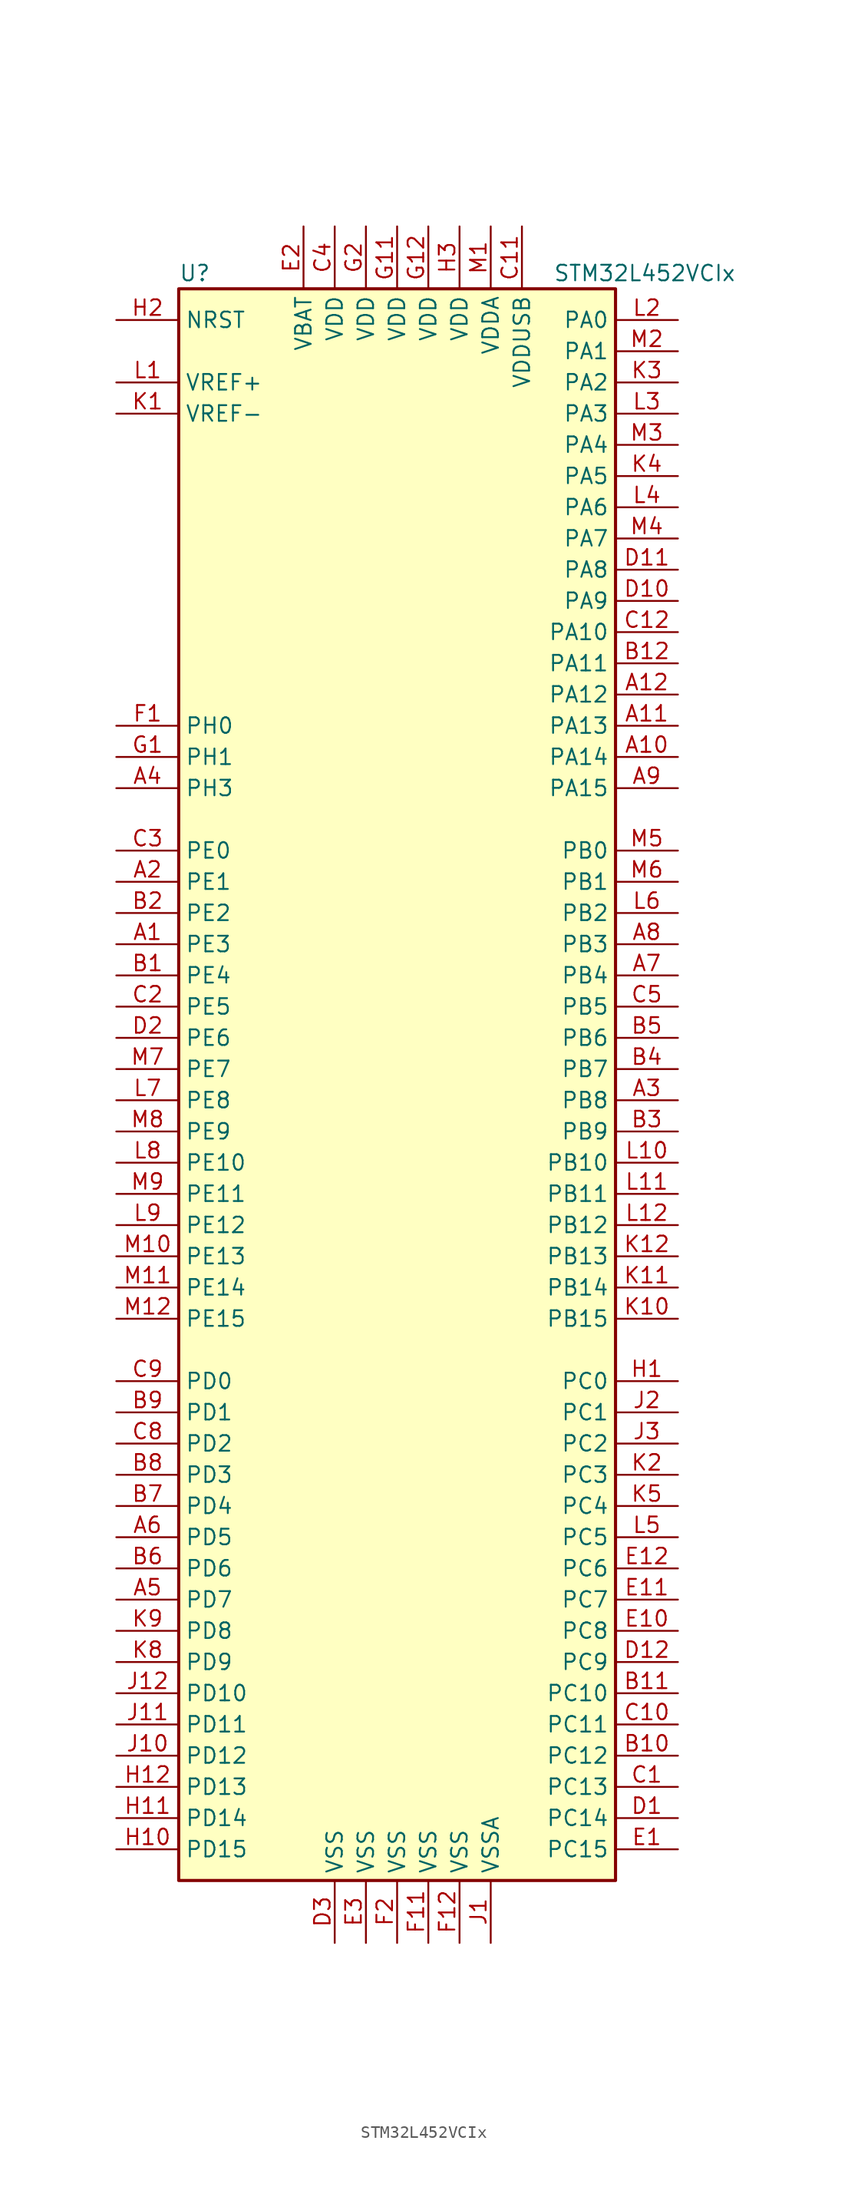
<source format=kicad_sym>
(kicad_symbol_lib
  (version 20201005)
  (generator kicad_symbol_editor)
  (symbol "MCU_ST_STM32L4:STM32L452VCIx"
    (property "Reference" "U"
      (at -17.78 64.77 0)
      (effects (font (size 1.27 1.27)) (justify left)))
    (property "Value" "STM32L452VCIx"
      (at 12.7 64.77 0)
      (effects (font (size 1.27 1.27)) (justify left)))
    (symbol "STM32L452VCIx_0_1"
      (rectangle (start -17.78 -66.04) (end 17.78 63.5) (stroke (width 0.254)) (fill (type background))))
    (symbol "STM32L452VCIx_1_1"
      (pin bidirectional line (at -22.86 10.16 0) (length 5.08) (name "PE3" (effects (font (size 1.27 1.27)))) (number "A1" (effects (font (size 1.27 1.27)))))
      (pin bidirectional line (at 22.86 25.4 180) (length 5.08) (name "PA14" (effects (font (size 1.27 1.27)))) (number "A10" (effects (font (size 1.27 1.27)))))
      (pin bidirectional line (at 22.86 27.94 180) (length 5.08) (name "PA13" (effects (font (size 1.27 1.27)))) (number "A11" (effects (font (size 1.27 1.27)))))
      (pin bidirectional line (at 22.86 30.48 180) (length 5.08) (name "PA12" (effects (font (size 1.27 1.27)))) (number "A12" (effects (font (size 1.27 1.27)))))
      (pin bidirectional line (at -22.86 15.24 0) (length 5.08) (name "PE1" (effects (font (size 1.27 1.27)))) (number "A2" (effects (font (size 1.27 1.27)))))
      (pin bidirectional line (at 22.86 -2.54 180) (length 5.08) (name "PB8" (effects (font (size 1.27 1.27)))) (number "A3" (effects (font (size 1.27 1.27)))))
      (pin bidirectional line (at -22.86 22.86 0) (length 5.08) (name "PH3" (effects (font (size 1.27 1.27)))) (number "A4" (effects (font (size 1.27 1.27)))))
      (pin bidirectional line (at -22.86 -43.18 0) (length 5.08) (name "PD7" (effects (font (size 1.27 1.27)))) (number "A5" (effects (font (size 1.27 1.27)))))
      (pin bidirectional line (at -22.86 -38.1 0) (length 5.08) (name "PD5" (effects (font (size 1.27 1.27)))) (number "A6" (effects (font (size 1.27 1.27)))))
      (pin bidirectional line (at 22.86 7.62 180) (length 5.08) (name "PB4" (effects (font (size 1.27 1.27)))) (number "A7" (effects (font (size 1.27 1.27)))))
      (pin bidirectional line (at 22.86 10.16 180) (length 5.08) (name "PB3" (effects (font (size 1.27 1.27)))) (number "A8" (effects (font (size 1.27 1.27)))))
      (pin bidirectional line (at 22.86 22.86 180) (length 5.08) (name "PA15" (effects (font (size 1.27 1.27)))) (number "A9" (effects (font (size 1.27 1.27)))))
      (pin bidirectional line (at -22.86 7.62 0) (length 5.08) (name "PE4" (effects (font (size 1.27 1.27)))) (number "B1" (effects (font (size 1.27 1.27)))))
      (pin bidirectional line (at 22.86 -55.88 180) (length 5.08) (name "PC12" (effects (font (size 1.27 1.27)))) (number "B10" (effects (font (size 1.27 1.27)))))
      (pin bidirectional line (at 22.86 -50.8 180) (length 5.08) (name "PC10" (effects (font (size 1.27 1.27)))) (number "B11" (effects (font (size 1.27 1.27)))))
      (pin bidirectional line (at 22.86 33.02 180) (length 5.08) (name "PA11" (effects (font (size 1.27 1.27)))) (number "B12" (effects (font (size 1.27 1.27)))))
      (pin bidirectional line (at -22.86 12.7 0) (length 5.08) (name "PE2" (effects (font (size 1.27 1.27)))) (number "B2" (effects (font (size 1.27 1.27)))))
      (pin bidirectional line (at 22.86 -5.08 180) (length 5.08) (name "PB9" (effects (font (size 1.27 1.27)))) (number "B3" (effects (font (size 1.27 1.27)))))
      (pin bidirectional line (at 22.86 0 180) (length 5.08) (name "PB7" (effects (font (size 1.27 1.27)))) (number "B4" (effects (font (size 1.27 1.27)))))
      (pin bidirectional line (at 22.86 2.54 180) (length 5.08) (name "PB6" (effects (font (size 1.27 1.27)))) (number "B5" (effects (font (size 1.27 1.27)))))
      (pin bidirectional line (at -22.86 -40.64 0) (length 5.08) (name "PD6" (effects (font (size 1.27 1.27)))) (number "B6" (effects (font (size 1.27 1.27)))))
      (pin bidirectional line (at -22.86 -35.56 0) (length 5.08) (name "PD4" (effects (font (size 1.27 1.27)))) (number "B7" (effects (font (size 1.27 1.27)))))
      (pin bidirectional line (at -22.86 -33.02 0) (length 5.08) (name "PD3" (effects (font (size 1.27 1.27)))) (number "B8" (effects (font (size 1.27 1.27)))))
      (pin bidirectional line (at -22.86 -27.94 0) (length 5.08) (name "PD1" (effects (font (size 1.27 1.27)))) (number "B9" (effects (font (size 1.27 1.27)))))
      (pin bidirectional line (at 22.86 -58.42 180) (length 5.08) (name "PC13" (effects (font (size 1.27 1.27)))) (number "C1" (effects (font (size 1.27 1.27)))))
      (pin bidirectional line (at 22.86 -53.34 180) (length 5.08) (name "PC11" (effects (font (size 1.27 1.27)))) (number "C10" (effects (font (size 1.27 1.27)))))
      (pin power_in line (at 10.16 68.58 270) (length 5.08) (name "VDDUSB" (effects (font (size 1.27 1.27)))) (number "C11" (effects (font (size 1.27 1.27)))))
      (pin bidirectional line (at 22.86 35.56 180) (length 5.08) (name "PA10" (effects (font (size 1.27 1.27)))) (number "C12" (effects (font (size 1.27 1.27)))))
      (pin bidirectional line (at -22.86 5.08 0) (length 5.08) (name "PE5" (effects (font (size 1.27 1.27)))) (number "C2" (effects (font (size 1.27 1.27)))))
      (pin bidirectional line (at -22.86 17.78 0) (length 5.08) (name "PE0" (effects (font (size 1.27 1.27)))) (number "C3" (effects (font (size 1.27 1.27)))))
      (pin power_in line (at -5.08 68.58 270) (length 5.08) (name "VDD" (effects (font (size 1.27 1.27)))) (number "C4" (effects (font (size 1.27 1.27)))))
      (pin bidirectional line (at 22.86 5.08 180) (length 5.08) (name "PB5" (effects (font (size 1.27 1.27)))) (number "C5" (effects (font (size 1.27 1.27)))))
      (pin bidirectional line (at -22.86 -30.48 0) (length 5.08) (name "PD2" (effects (font (size 1.27 1.27)))) (number "C8" (effects (font (size 1.27 1.27)))))
      (pin bidirectional line (at -22.86 -25.4 0) (length 5.08) (name "PD0" (effects (font (size 1.27 1.27)))) (number "C9" (effects (font (size 1.27 1.27)))))
      (pin bidirectional line (at 22.86 -60.96 180) (length 5.08) (name "PC14" (effects (font (size 1.27 1.27)))) (number "D1" (effects (font (size 1.27 1.27)))))
      (pin bidirectional line (at 22.86 38.1 180) (length 5.08) (name "PA9" (effects (font (size 1.27 1.27)))) (number "D10" (effects (font (size 1.27 1.27)))))
      (pin bidirectional line (at 22.86 40.64 180) (length 5.08) (name "PA8" (effects (font (size 1.27 1.27)))) (number "D11" (effects (font (size 1.27 1.27)))))
      (pin bidirectional line (at 22.86 -48.26 180) (length 5.08) (name "PC9" (effects (font (size 1.27 1.27)))) (number "D12" (effects (font (size 1.27 1.27)))))
      (pin bidirectional line (at -22.86 2.54 0) (length 5.08) (name "PE6" (effects (font (size 1.27 1.27)))) (number "D2" (effects (font (size 1.27 1.27)))))
      (pin power_in line (at -5.08 -71.12 90) (length 5.08) (name "VSS" (effects (font (size 1.27 1.27)))) (number "D3" (effects (font (size 1.27 1.27)))))
      (pin bidirectional line (at 22.86 -63.5 180) (length 5.08) (name "PC15" (effects (font (size 1.27 1.27)))) (number "E1" (effects (font (size 1.27 1.27)))))
      (pin bidirectional line (at 22.86 -45.72 180) (length 5.08) (name "PC8" (effects (font (size 1.27 1.27)))) (number "E10" (effects (font (size 1.27 1.27)))))
      (pin bidirectional line (at 22.86 -43.18 180) (length 5.08) (name "PC7" (effects (font (size 1.27 1.27)))) (number "E11" (effects (font (size 1.27 1.27)))))
      (pin bidirectional line (at 22.86 -40.64 180) (length 5.08) (name "PC6" (effects (font (size 1.27 1.27)))) (number "E12" (effects (font (size 1.27 1.27)))))
      (pin power_in line (at -7.62 68.58 270) (length 5.08) (name "VBAT" (effects (font (size 1.27 1.27)))) (number "E2" (effects (font (size 1.27 1.27)))))
      (pin power_in line (at -2.54 -71.12 90) (length 5.08) (name "VSS" (effects (font (size 1.27 1.27)))) (number "E3" (effects (font (size 1.27 1.27)))))
      (pin input line (at -22.86 27.94 0) (length 5.08) (name "PH0" (effects (font (size 1.27 1.27)))) (number "F1" (effects (font (size 1.27 1.27)))))
      (pin power_in line (at 2.54 -71.12 90) (length 5.08) (name "VSS" (effects (font (size 1.27 1.27)))) (number "F11" (effects (font (size 1.27 1.27)))))
      (pin power_in line (at 5.08 -71.12 90) (length 5.08) (name "VSS" (effects (font (size 1.27 1.27)))) (number "F12" (effects (font (size 1.27 1.27)))))
      (pin power_in line (at 0 -71.12 90) (length 5.08) (name "VSS" (effects (font (size 1.27 1.27)))) (number "F2" (effects (font (size 1.27 1.27)))))
      (pin input line (at -22.86 25.4 0) (length 5.08) (name "PH1" (effects (font (size 1.27 1.27)))) (number "G1" (effects (font (size 1.27 1.27)))))
      (pin power_in line (at 0 68.58 270) (length 5.08) (name "VDD" (effects (font (size 1.27 1.27)))) (number "G11" (effects (font (size 1.27 1.27)))))
      (pin power_in line (at 2.54 68.58 270) (length 5.08) (name "VDD" (effects (font (size 1.27 1.27)))) (number "G12" (effects (font (size 1.27 1.27)))))
      (pin power_in line (at -2.54 68.58 270) (length 5.08) (name "VDD" (effects (font (size 1.27 1.27)))) (number "G2" (effects (font (size 1.27 1.27)))))
      (pin bidirectional line (at 22.86 -25.4 180) (length 5.08) (name "PC0" (effects (font (size 1.27 1.27)))) (number "H1" (effects (font (size 1.27 1.27)))))
      (pin bidirectional line (at -22.86 -63.5 0) (length 5.08) (name "PD15" (effects (font (size 1.27 1.27)))) (number "H10" (effects (font (size 1.27 1.27)))))
      (pin bidirectional line (at -22.86 -60.96 0) (length 5.08) (name "PD14" (effects (font (size 1.27 1.27)))) (number "H11" (effects (font (size 1.27 1.27)))))
      (pin bidirectional line (at -22.86 -58.42 0) (length 5.08) (name "PD13" (effects (font (size 1.27 1.27)))) (number "H12" (effects (font (size 1.27 1.27)))))
      (pin input line (at -22.86 60.96 0) (length 5.08) (name "NRST" (effects (font (size 1.27 1.27)))) (number "H2" (effects (font (size 1.27 1.27)))))
      (pin power_in line (at 5.08 68.58 270) (length 5.08) (name "VDD" (effects (font (size 1.27 1.27)))) (number "H3" (effects (font (size 1.27 1.27)))))
      (pin power_in line (at 7.62 -71.12 90) (length 5.08) (name "VSSA" (effects (font (size 1.27 1.27)))) (number "J1" (effects (font (size 1.27 1.27)))))
      (pin bidirectional line (at -22.86 -55.88 0) (length 5.08) (name "PD12" (effects (font (size 1.27 1.27)))) (number "J10" (effects (font (size 1.27 1.27)))))
      (pin bidirectional line (at -22.86 -53.34 0) (length 5.08) (name "PD11" (effects (font (size 1.27 1.27)))) (number "J11" (effects (font (size 1.27 1.27)))))
      (pin bidirectional line (at -22.86 -50.8 0) (length 5.08) (name "PD10" (effects (font (size 1.27 1.27)))) (number "J12" (effects (font (size 1.27 1.27)))))
      (pin bidirectional line (at 22.86 -27.94 180) (length 5.08) (name "PC1" (effects (font (size 1.27 1.27)))) (number "J2" (effects (font (size 1.27 1.27)))))
      (pin bidirectional line (at 22.86 -30.48 180) (length 5.08) (name "PC2" (effects (font (size 1.27 1.27)))) (number "J3" (effects (font (size 1.27 1.27)))))
      (pin power_in line (at -22.86 53.34 0) (length 5.08) (name "VREF-" (effects (font (size 1.27 1.27)))) (number "K1" (effects (font (size 1.27 1.27)))))
      (pin bidirectional line (at 22.86 -20.32 180) (length 5.08) (name "PB15" (effects (font (size 1.27 1.27)))) (number "K10" (effects (font (size 1.27 1.27)))))
      (pin bidirectional line (at 22.86 -17.78 180) (length 5.08) (name "PB14" (effects (font (size 1.27 1.27)))) (number "K11" (effects (font (size 1.27 1.27)))))
      (pin bidirectional line (at 22.86 -15.24 180) (length 5.08) (name "PB13" (effects (font (size 1.27 1.27)))) (number "K12" (effects (font (size 1.27 1.27)))))
      (pin bidirectional line (at 22.86 -33.02 180) (length 5.08) (name "PC3" (effects (font (size 1.27 1.27)))) (number "K2" (effects (font (size 1.27 1.27)))))
      (pin bidirectional line (at 22.86 55.88 180) (length 5.08) (name "PA2" (effects (font (size 1.27 1.27)))) (number "K3" (effects (font (size 1.27 1.27)))))
      (pin bidirectional line (at 22.86 48.26 180) (length 5.08) (name "PA5" (effects (font (size 1.27 1.27)))) (number "K4" (effects (font (size 1.27 1.27)))))
      (pin bidirectional line (at 22.86 -35.56 180) (length 5.08) (name "PC4" (effects (font (size 1.27 1.27)))) (number "K5" (effects (font (size 1.27 1.27)))))
      (pin bidirectional line (at -22.86 -48.26 0) (length 5.08) (name "PD9" (effects (font (size 1.27 1.27)))) (number "K8" (effects (font (size 1.27 1.27)))))
      (pin bidirectional line (at -22.86 -45.72 0) (length 5.08) (name "PD8" (effects (font (size 1.27 1.27)))) (number "K9" (effects (font (size 1.27 1.27)))))
      (pin bidirectional line (at -22.86 55.88 0) (length 5.08) (name "VREF+" (effects (font (size 1.27 1.27)))) (number "L1" (effects (font (size 1.27 1.27)))))
      (pin bidirectional line (at 22.86 -7.62 180) (length 5.08) (name "PB10" (effects (font (size 1.27 1.27)))) (number "L10" (effects (font (size 1.27 1.27)))))
      (pin bidirectional line (at 22.86 -10.16 180) (length 5.08) (name "PB11" (effects (font (size 1.27 1.27)))) (number "L11" (effects (font (size 1.27 1.27)))))
      (pin bidirectional line (at 22.86 -12.7 180) (length 5.08) (name "PB12" (effects (font (size 1.27 1.27)))) (number "L12" (effects (font (size 1.27 1.27)))))
      (pin bidirectional line (at 22.86 60.96 180) (length 5.08) (name "PA0" (effects (font (size 1.27 1.27)))) (number "L2" (effects (font (size 1.27 1.27)))))
      (pin bidirectional line (at 22.86 53.34 180) (length 5.08) (name "PA3" (effects (font (size 1.27 1.27)))) (number "L3" (effects (font (size 1.27 1.27)))))
      (pin bidirectional line (at 22.86 45.72 180) (length 5.08) (name "PA6" (effects (font (size 1.27 1.27)))) (number "L4" (effects (font (size 1.27 1.27)))))
      (pin bidirectional line (at 22.86 -38.1 180) (length 5.08) (name "PC5" (effects (font (size 1.27 1.27)))) (number "L5" (effects (font (size 1.27 1.27)))))
      (pin bidirectional line (at 22.86 12.7 180) (length 5.08) (name "PB2" (effects (font (size 1.27 1.27)))) (number "L6" (effects (font (size 1.27 1.27)))))
      (pin bidirectional line (at -22.86 -2.54 0) (length 5.08) (name "PE8" (effects (font (size 1.27 1.27)))) (number "L7" (effects (font (size 1.27 1.27)))))
      (pin bidirectional line (at -22.86 -7.62 0) (length 5.08) (name "PE10" (effects (font (size 1.27 1.27)))) (number "L8" (effects (font (size 1.27 1.27)))))
      (pin bidirectional line (at -22.86 -12.7 0) (length 5.08) (name "PE12" (effects (font (size 1.27 1.27)))) (number "L9" (effects (font (size 1.27 1.27)))))
      (pin power_in line (at 7.62 68.58 270) (length 5.08) (name "VDDA" (effects (font (size 1.27 1.27)))) (number "M1" (effects (font (size 1.27 1.27)))))
      (pin bidirectional line (at -22.86 -15.24 0) (length 5.08) (name "PE13" (effects (font (size 1.27 1.27)))) (number "M10" (effects (font (size 1.27 1.27)))))
      (pin bidirectional line (at -22.86 -17.78 0) (length 5.08) (name "PE14" (effects (font (size 1.27 1.27)))) (number "M11" (effects (font (size 1.27 1.27)))))
      (pin bidirectional line (at -22.86 -20.32 0) (length 5.08) (name "PE15" (effects (font (size 1.27 1.27)))) (number "M12" (effects (font (size 1.27 1.27)))))
      (pin bidirectional line (at 22.86 58.42 180) (length 5.08) (name "PA1" (effects (font (size 1.27 1.27)))) (number "M2" (effects (font (size 1.27 1.27)))))
      (pin bidirectional line (at 22.86 50.8 180) (length 5.08) (name "PA4" (effects (font (size 1.27 1.27)))) (number "M3" (effects (font (size 1.27 1.27)))))
      (pin bidirectional line (at 22.86 43.18 180) (length 5.08) (name "PA7" (effects (font (size 1.27 1.27)))) (number "M4" (effects (font (size 1.27 1.27)))))
      (pin bidirectional line (at 22.86 17.78 180) (length 5.08) (name "PB0" (effects (font (size 1.27 1.27)))) (number "M5" (effects (font (size 1.27 1.27)))))
      (pin bidirectional line (at 22.86 15.24 180) (length 5.08) (name "PB1" (effects (font (size 1.27 1.27)))) (number "M6" (effects (font (size 1.27 1.27)))))
      (pin bidirectional line (at -22.86 0 0) (length 5.08) (name "PE7" (effects (font (size 1.27 1.27)))) (number "M7" (effects (font (size 1.27 1.27)))))
      (pin bidirectional line (at -22.86 -5.08 0) (length 5.08) (name "PE9" (effects (font (size 1.27 1.27)))) (number "M8" (effects (font (size 1.27 1.27)))))
      (pin bidirectional line (at -22.86 -10.16 0) (length 5.08) (name "PE11" (effects (font (size 1.27 1.27)))) (number "M9" (effects (font (size 1.27 1.27))))))))
</source>
